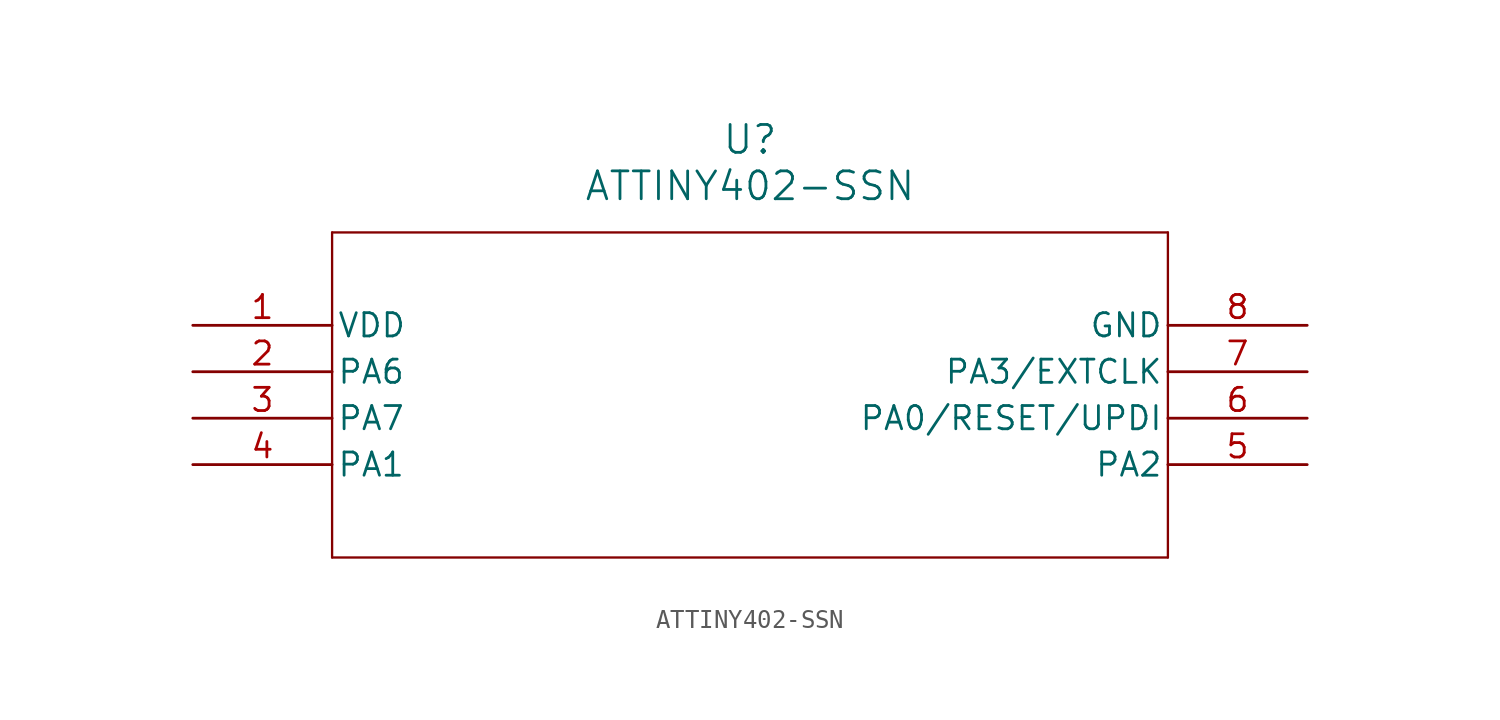
<source format=kicad_sym>
(kicad_symbol_lib
  (version 20211014)
  (generator kicad_symbol_editor)
  (symbol "ATTINY402-SSN"
    (pin_names
      (offset 0.254))
    (property "Reference" "U"
      (at 30.48 10.16 0)
      (effects (font (size 1.524 1.524))))
    (property "Value" "ATTINY402-SSN"
      (at 30.48 7.62 0)
      (effects (font (size 1.524 1.524))))
    (symbol "ATTINY402-SSN_0_1"
      (polyline (pts (xy 7.62 5.08) (xy 7.62 -12.7)) (stroke (width 0.127) (type default) (color 0 0 0 0)) (fill (type none)))
      (polyline (pts (xy 7.62 -12.7) (xy 53.34 -12.7)) (stroke (width 0.127) (type default) (color 0 0 0 0)) (fill (type none)))
      (polyline (pts (xy 53.34 -12.7) (xy 53.34 5.08)) (stroke (width 0.127) (type default) (color 0 0 0 0)) (fill (type none)))
      (polyline (pts (xy 53.34 5.08) (xy 7.62 5.08)) (stroke (width 0.127) (type default) (color 0 0 0 0)) (fill (type none)))
      (pin power_in line (at 0 0 0) (length 7.62) (name "VDD" (effects (font (size 1.27 1.27)))) (number "1" (effects (font (size 1.27 1.27)))))
      (pin bidirectional line (at 0 -2.54 0) (length 7.62) (name "PA6" (effects (font (size 1.27 1.27)))) (number "2" (effects (font (size 1.27 1.27)))))
      (pin bidirectional line (at 0 -5.08 0) (length 7.62) (name "PA7" (effects (font (size 1.27 1.27)))) (number "3" (effects (font (size 1.27 1.27)))))
      (pin bidirectional line (at 0 -7.62 0) (length 7.62) (name "PA1" (effects (font (size 1.27 1.27)))) (number "4" (effects (font (size 1.27 1.27)))))
      (pin bidirectional line (at 60.96 -7.62 180) (length 7.62) (name "PA2" (effects (font (size 1.27 1.27)))) (number "5" (effects (font (size 1.27 1.27)))))
      (pin bidirectional line (at 60.96 -5.08 180) (length 7.62) (name "PA0/RESET/UPDI" (effects (font (size 1.27 1.27)))) (number "6" (effects (font (size 1.27 1.27)))))
      (pin bidirectional line (at 60.96 -2.54 180) (length 7.62) (name "PA3/EXTCLK" (effects (font (size 1.27 1.27)))) (number "7" (effects (font (size 1.27 1.27)))))
      (pin power_out line (at 60.96 0 180) (length 7.62) (name "GND" (effects (font (size 1.27 1.27)))) (number "8" (effects (font (size 1.27 1.27))))))))
</source>
